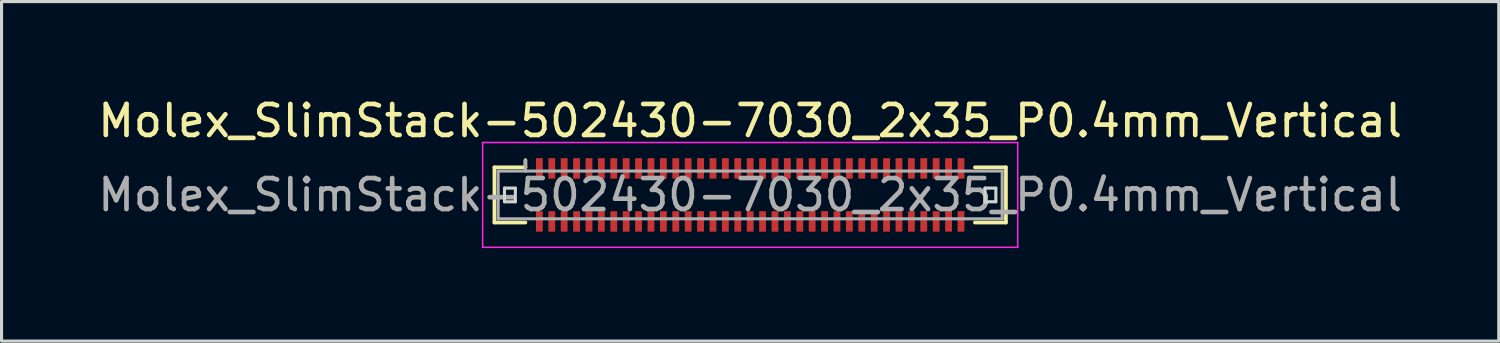
<source format=kicad_pcb>
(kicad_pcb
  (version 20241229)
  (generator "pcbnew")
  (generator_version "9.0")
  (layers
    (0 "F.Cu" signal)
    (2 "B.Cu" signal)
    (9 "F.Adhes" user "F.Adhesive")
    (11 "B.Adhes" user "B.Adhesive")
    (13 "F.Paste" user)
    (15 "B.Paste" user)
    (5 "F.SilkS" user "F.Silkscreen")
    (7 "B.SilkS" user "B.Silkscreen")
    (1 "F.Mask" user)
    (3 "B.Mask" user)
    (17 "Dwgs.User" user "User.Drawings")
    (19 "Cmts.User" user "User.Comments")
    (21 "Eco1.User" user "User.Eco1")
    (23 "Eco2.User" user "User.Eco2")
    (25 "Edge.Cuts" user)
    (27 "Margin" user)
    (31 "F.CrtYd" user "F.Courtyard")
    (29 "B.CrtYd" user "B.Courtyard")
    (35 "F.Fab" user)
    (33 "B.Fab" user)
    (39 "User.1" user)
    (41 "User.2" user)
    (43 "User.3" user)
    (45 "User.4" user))
  (footprint "Molex_SlimStack-502430-7030_2x35_P0.4mm_Vertical"
    (layer "F.Cu")
    (at 21.149 3.238)
    (property "Reference" "Molex_SlimStack-502430-7030_2x35_P0.4mm_Vertical" (at 0 -2.39 0) (layer "F.SilkS") (effects (font (size 1 1) (thickness 0.15))))
    (attr smd)
    (fp_line (start -8.25 -0.89) (end -7.25 -0.89) (stroke (width 0.12) (type solid)) (layer "F.SilkS"))
    (fp_line (start -8.25 0.89) (end -8.25 -0.89) (stroke (width 0.12) (type solid)) (layer "F.SilkS"))
    (fp_line (start -7.25 -0.89) (end -7.25 -1.12) (stroke (width 0.12) (type solid)) (layer "F.SilkS"))
    (fp_line (start -7.25 0.89) (end -8.25 0.89) (stroke (width 0.12) (type solid)) (layer "F.SilkS"))
    (fp_line (start 7.25 0.89) (end 8.25 0.89) (stroke (width 0.12) (type solid)) (layer "F.SilkS"))
    (fp_line (start 8.25 -0.89) (end 7.25 -0.89) (stroke (width 0.12) (type solid)) (layer "F.SilkS"))
    (fp_line (start 8.25 0.89) (end 8.25 -0.89) (stroke (width 0.12) (type solid)) (layer "F.SilkS"))
    (fp_line (start -7.925 -0.22) (end -7.925 0.22) (stroke (width 0.1) (type solid)) (layer "Edge.Cuts"))
    (fp_line (start -7.925 0.22) (end -7.575 0.22) (stroke (width 0.1) (type solid)) (layer "Edge.Cuts"))
    (fp_line (start -7.575 -0.22) (end -7.925 -0.22) (stroke (width 0.1) (type solid)) (layer "Edge.Cuts"))
    (fp_line (start -7.575 0.22) (end -7.575 -0.22) (stroke (width 0.1) (type solid)) (layer "Edge.Cuts"))
    (fp_line (start 7.575 -0.22) (end 7.575 0.22) (stroke (width 0.1) (type solid)) (layer "Edge.Cuts"))
    (fp_line (start 7.575 0.22) (end 7.925 0.22) (stroke (width 0.1) (type solid)) (layer "Edge.Cuts"))
    (fp_line (start 7.925 -0.22) (end 7.575 -0.22) (stroke (width 0.1) (type solid)) (layer "Edge.Cuts"))
    (fp_line (start 7.925 0.22) (end 7.925 -0.22) (stroke (width 0.1) (type solid)) (layer "Edge.Cuts"))
    (fp_line (start -8.63 -1.69) (end -8.63 1.69) (stroke (width 0.05) (type solid)) (layer "F.CrtYd"))
    (fp_line (start -8.63 1.69) (end 8.63 1.69) (stroke (width 0.05) (type solid)) (layer "F.CrtYd"))
    (fp_line (start 8.63 -1.69) (end -8.63 -1.69) (stroke (width 0.05) (type solid)) (layer "F.CrtYd"))
    (fp_line (start 8.63 1.69) (end 8.63 -1.69) (stroke (width 0.05) (type solid)) (layer "F.CrtYd"))
    (fp_line (start -8.13 -0.77) (end -8.13 0.77) (stroke (width 0.1) (type solid)) (layer "F.Fab"))
    (fp_line (start -8.13 0.77) (end 8.13 0.77) (stroke (width 0.1) (type solid)) (layer "F.Fab"))
    (fp_line (start -7.25 -0.77) (end -7.25 -1.12) (stroke (width 0.1) (type solid)) (layer "F.Fab"))
    (fp_line (start 8.13 -0.77) (end -8.13 -0.77) (stroke (width 0.1) (type solid)) (layer "F.Fab"))
    (fp_line (start 8.13 0.77) (end 8.13 -0.77) (stroke (width 0.1) (type solid)) (layer "F.Fab"))
    (fp_text user "${REFERENCE}" (at 0 0 0) (layer "F.Fab") (effects (font (size 1 1) (thickness 0.15))))
    (pad "1" smd rect (at -6.8 -0.855) (size 0.22 0.66) (layers "F.Cu" "F.Mask" "F.Paste"))
    (pad "2" smd rect (at -6.8 0.855) (size 0.22 0.66) (layers "F.Cu" "F.Mask" "F.Paste"))
    (pad "3" smd rect (at -6.4 -0.855) (size 0.22 0.66) (layers "F.Cu" "F.Mask" "F.Paste"))
    (pad "4" smd rect (at -6.4 0.855) (size 0.22 0.66) (layers "F.Cu" "F.Mask" "F.Paste"))
    (pad "5" smd rect (at -6 -0.855) (size 0.22 0.66) (layers "F.Cu" "F.Mask" "F.Paste"))
    (pad "6" smd rect (at -6 0.855) (size 0.22 0.66) (layers "F.Cu" "F.Mask" "F.Paste"))
    (pad "7" smd rect (at -5.6 -0.855) (size 0.22 0.66) (layers "F.Cu" "F.Mask" "F.Paste"))
    (pad "8" smd rect (at -5.6 0.855) (size 0.22 0.66) (layers "F.Cu" "F.Mask" "F.Paste"))
    (pad "9" smd rect (at -5.2 -0.855) (size 0.22 0.66) (layers "F.Cu" "F.Mask" "F.Paste"))
    (pad "10" smd rect (at -5.2 0.855) (size 0.22 0.66) (layers "F.Cu" "F.Mask" "F.Paste"))
    (pad "11" smd rect (at -4.8 -0.855) (size 0.22 0.66) (layers "F.Cu" "F.Mask" "F.Paste"))
    (pad "12" smd rect (at -4.8 0.855) (size 0.22 0.66) (layers "F.Cu" "F.Mask" "F.Paste"))
    (pad "13" smd rect (at -4.4 -0.855) (size 0.22 0.66) (layers "F.Cu" "F.Mask" "F.Paste"))
    (pad "14" smd rect (at -4.4 0.855) (size 0.22 0.66) (layers "F.Cu" "F.Mask" "F.Paste"))
    (pad "15" smd rect (at -4 -0.855) (size 0.22 0.66) (layers "F.Cu" "F.Mask" "F.Paste"))
    (pad "16" smd rect (at -4 0.855) (size 0.22 0.66) (layers "F.Cu" "F.Mask" "F.Paste"))
    (pad "17" smd rect (at -3.6 -0.855) (size 0.22 0.66) (layers "F.Cu" "F.Mask" "F.Paste"))
    (pad "18" smd rect (at -3.6 0.855) (size 0.22 0.66) (layers "F.Cu" "F.Mask" "F.Paste"))
    (pad "19" smd rect (at -3.2 -0.855) (size 0.22 0.66) (layers "F.Cu" "F.Mask" "F.Paste"))
    (pad "20" smd rect (at -3.2 0.855) (size 0.22 0.66) (layers "F.Cu" "F.Mask" "F.Paste"))
    (pad "21" smd rect (at -2.8 -0.855) (size 0.22 0.66) (layers "F.Cu" "F.Mask" "F.Paste"))
    (pad "22" smd rect (at -2.8 0.855) (size 0.22 0.66) (layers "F.Cu" "F.Mask" "F.Paste"))
    (pad "23" smd rect (at -2.4 -0.855) (size 0.22 0.66) (layers "F.Cu" "F.Mask" "F.Paste"))
    (pad "24" smd rect (at -2.4 0.855) (size 0.22 0.66) (layers "F.Cu" "F.Mask" "F.Paste"))
    (pad "25" smd rect (at -2 -0.855) (size 0.22 0.66) (layers "F.Cu" "F.Mask" "F.Paste"))
    (pad "26" smd rect (at -2 0.855) (size 0.22 0.66) (layers "F.Cu" "F.Mask" "F.Paste"))
    (pad "27" smd rect (at -1.6 -0.855) (size 0.22 0.66) (layers "F.Cu" "F.Mask" "F.Paste"))
    (pad "28" smd rect (at -1.6 0.855) (size 0.22 0.66) (layers "F.Cu" "F.Mask" "F.Paste"))
    (pad "29" smd rect (at -1.2 -0.855) (size 0.22 0.66) (layers "F.Cu" "F.Mask" "F.Paste"))
    (pad "30" smd rect (at -1.2 0.855) (size 0.22 0.66) (layers "F.Cu" "F.Mask" "F.Paste"))
    (pad "31" smd rect (at -0.8 -0.855) (size 0.22 0.66) (layers "F.Cu" "F.Mask" "F.Paste"))
    (pad "32" smd rect (at -0.8 0.855) (size 0.22 0.66) (layers "F.Cu" "F.Mask" "F.Paste"))
    (pad "33" smd rect (at -0.4 -0.855) (size 0.22 0.66) (layers "F.Cu" "F.Mask" "F.Paste"))
    (pad "34" smd rect (at -0.4 0.855) (size 0.22 0.66) (layers "F.Cu" "F.Mask" "F.Paste"))
    (pad "35" smd rect (at 0 -0.855) (size 0.22 0.66) (layers "F.Cu" "F.Mask" "F.Paste"))
    (pad "36" smd rect (at 0 0.855) (size 0.22 0.66) (layers "F.Cu" "F.Mask" "F.Paste"))
    (pad "37" smd rect (at 0.4 -0.855) (size 0.22 0.66) (layers "F.Cu" "F.Mask" "F.Paste"))
    (pad "38" smd rect (at 0.4 0.855) (size 0.22 0.66) (layers "F.Cu" "F.Mask" "F.Paste"))
    (pad "39" smd rect (at 0.8 -0.855) (size 0.22 0.66) (layers "F.Cu" "F.Mask" "F.Paste"))
    (pad "40" smd rect (at 0.8 0.855) (size 0.22 0.66) (layers "F.Cu" "F.Mask" "F.Paste"))
    (pad "41" smd rect (at 1.2 -0.855) (size 0.22 0.66) (layers "F.Cu" "F.Mask" "F.Paste"))
    (pad "42" smd rect (at 1.2 0.855) (size 0.22 0.66) (layers "F.Cu" "F.Mask" "F.Paste"))
    (pad "43" smd rect (at 1.6 -0.855) (size 0.22 0.66) (layers "F.Cu" "F.Mask" "F.Paste"))
    (pad "44" smd rect (at 1.6 0.855) (size 0.22 0.66) (layers "F.Cu" "F.Mask" "F.Paste"))
    (pad "45" smd rect (at 2 -0.855) (size 0.22 0.66) (layers "F.Cu" "F.Mask" "F.Paste"))
    (pad "46" smd rect (at 2 0.855) (size 0.22 0.66) (layers "F.Cu" "F.Mask" "F.Paste"))
    (pad "47" smd rect (at 2.4 -0.855) (size 0.22 0.66) (layers "F.Cu" "F.Mask" "F.Paste"))
    (pad "48" smd rect (at 2.4 0.855) (size 0.22 0.66) (layers "F.Cu" "F.Mask" "F.Paste"))
    (pad "49" smd rect (at 2.8 -0.855) (size 0.22 0.66) (layers "F.Cu" "F.Mask" "F.Paste"))
    (pad "50" smd rect (at 2.8 0.855) (size 0.22 0.66) (layers "F.Cu" "F.Mask" "F.Paste"))
    (pad "51" smd rect (at 3.2 -0.855) (size 0.22 0.66) (layers "F.Cu" "F.Mask" "F.Paste"))
    (pad "52" smd rect (at 3.2 0.855) (size 0.22 0.66) (layers "F.Cu" "F.Mask" "F.Paste"))
    (pad "53" smd rect (at 3.6 -0.855) (size 0.22 0.66) (layers "F.Cu" "F.Mask" "F.Paste"))
    (pad "54" smd rect (at 3.6 0.855) (size 0.22 0.66) (layers "F.Cu" "F.Mask" "F.Paste"))
    (pad "55" smd rect (at 4 -0.855) (size 0.22 0.66) (layers "F.Cu" "F.Mask" "F.Paste"))
    (pad "56" smd rect (at 4 0.855) (size 0.22 0.66) (layers "F.Cu" "F.Mask" "F.Paste"))
    (pad "57" smd rect (at 4.4 -0.855) (size 0.22 0.66) (layers "F.Cu" "F.Mask" "F.Paste"))
    (pad "58" smd rect (at 4.4 0.855) (size 0.22 0.66) (layers "F.Cu" "F.Mask" "F.Paste"))
    (pad "59" smd rect (at 4.8 -0.855) (size 0.22 0.66) (layers "F.Cu" "F.Mask" "F.Paste"))
    (pad "60" smd rect (at 4.8 0.855) (size 0.22 0.66) (layers "F.Cu" "F.Mask" "F.Paste"))
    (pad "61" smd rect (at 5.2 -0.855) (size 0.22 0.66) (layers "F.Cu" "F.Mask" "F.Paste"))
    (pad "62" smd rect (at 5.2 0.855) (size 0.22 0.66) (layers "F.Cu" "F.Mask" "F.Paste"))
    (pad "63" smd rect (at 5.6 -0.855) (size 0.22 0.66) (layers "F.Cu" "F.Mask" "F.Paste"))
    (pad "64" smd rect (at 5.6 0.855) (size 0.22 0.66) (layers "F.Cu" "F.Mask" "F.Paste"))
    (pad "65" smd rect (at 6 -0.855) (size 0.22 0.66) (layers "F.Cu" "F.Mask" "F.Paste"))
    (pad "66" smd rect (at 6 0.855) (size 0.22 0.66) (layers "F.Cu" "F.Mask" "F.Paste"))
    (pad "67" smd rect (at 6.4 -0.855) (size 0.22 0.66) (layers "F.Cu" "F.Mask" "F.Paste"))
    (pad "68" smd rect (at 6.4 0.855) (size 0.22 0.66) (layers "F.Cu" "F.Mask" "F.Paste"))
    (pad "69" smd rect (at 6.8 -0.855) (size 0.22 0.66) (layers "F.Cu" "F.Mask" "F.Paste"))
    (pad "70" smd rect (at 6.8 0.855) (size 0.22 0.66) (layers "F.Cu" "F.Mask" "F.Paste")))
  (gr_rect
    (start -3 -3)
    (end 45.298 7.953)
    (stroke (width 0.1) (type default))
    (fill no)
    (layer "Edge.Cuts")))
</source>
